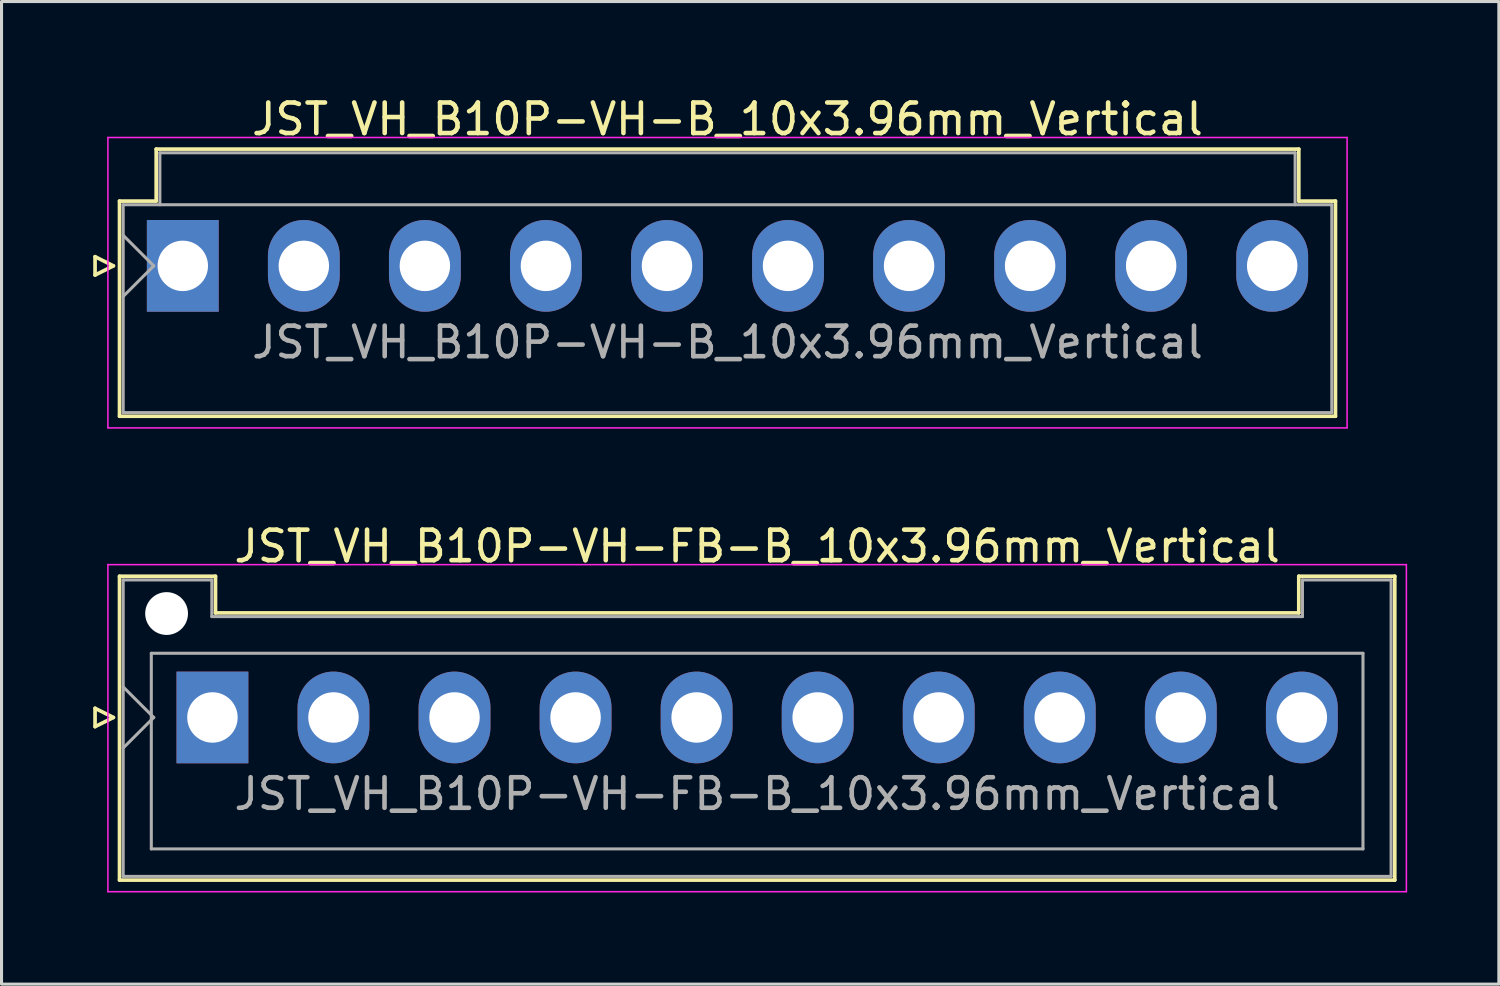
<source format=kicad_pcb>
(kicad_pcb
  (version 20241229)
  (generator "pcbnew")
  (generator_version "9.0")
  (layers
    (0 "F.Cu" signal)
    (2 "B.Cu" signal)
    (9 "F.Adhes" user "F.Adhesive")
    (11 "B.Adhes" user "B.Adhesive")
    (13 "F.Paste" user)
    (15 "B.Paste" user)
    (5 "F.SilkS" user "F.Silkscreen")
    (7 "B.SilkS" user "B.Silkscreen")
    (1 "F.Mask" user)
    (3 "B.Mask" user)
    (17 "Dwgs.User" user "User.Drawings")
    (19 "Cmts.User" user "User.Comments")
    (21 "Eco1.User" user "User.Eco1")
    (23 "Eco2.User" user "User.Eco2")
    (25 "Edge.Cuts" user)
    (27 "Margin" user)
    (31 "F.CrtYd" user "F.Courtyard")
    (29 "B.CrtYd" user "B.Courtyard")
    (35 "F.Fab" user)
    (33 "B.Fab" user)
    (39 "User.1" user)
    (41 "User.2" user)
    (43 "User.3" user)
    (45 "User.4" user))
  (footprint "JST_VH_B10P-VH-FB-B_10x3.96mm_Vertical"
    (layer "F.Cu")
    (at 3.9 20.422)
    (property "Reference" "JST_VH_B10P-VH-FB-B_10x3.96mm_Vertical" (at 17.82 -5.6 0) (layer "F.SilkS") (effects (font (size 1 1) (thickness 0.15))))
    (attr through_hole)
    (fp_line (start -3.84 -0.3) (end -3.24 0) (stroke (width 0.12) (type solid)) (layer "F.SilkS"))
    (fp_line (start -3.84 0.3) (end -3.84 -0.3) (stroke (width 0.12) (type solid)) (layer "F.SilkS"))
    (fp_line (start -3.24 0) (end -3.84 0.3) (stroke (width 0.12) (type solid)) (layer "F.SilkS"))
    (fp_line (start -3.04 -4.62) (end 0.1 -4.62) (stroke (width 0.12) (type solid)) (layer "F.SilkS"))
    (fp_line (start -3.04 5.32) (end -3.04 -4.62) (stroke (width 0.12) (type solid)) (layer "F.SilkS"))
    (fp_line (start 0.1 -4.62) (end 0.1 -3.42) (stroke (width 0.12) (type solid)) (layer "F.SilkS"))
    (fp_line (start 0.1 -3.42) (end 35.54 -3.42) (stroke (width 0.12) (type solid)) (layer "F.SilkS"))
    (fp_line (start 35.54 -4.62) (end 38.68 -4.62) (stroke (width 0.12) (type solid)) (layer "F.SilkS"))
    (fp_line (start 35.54 -3.42) (end 35.54 -4.62) (stroke (width 0.12) (type solid)) (layer "F.SilkS"))
    (fp_line (start 38.68 -4.62) (end 38.68 5.32) (stroke (width 0.12) (type solid)) (layer "F.SilkS"))
    (fp_line (start 38.68 5.32) (end -3.04 5.32) (stroke (width 0.12) (type solid)) (layer "F.SilkS"))
    (fp_line (start -3.42 -5) (end -3.42 5.7) (stroke (width 0.05) (type solid)) (layer "F.CrtYd"))
    (fp_line (start -3.42 5.7) (end 39.06 5.7) (stroke (width 0.05) (type solid)) (layer "F.CrtYd"))
    (fp_line (start 39.06 -5) (end -3.42 -5) (stroke (width 0.05) (type solid)) (layer "F.CrtYd"))
    (fp_line (start 39.06 5.7) (end 39.06 -5) (stroke (width 0.05) (type solid)) (layer "F.CrtYd"))
    (fp_line (start -2.92 -4.5) (end -0.02 -4.5) (stroke (width 0.1) (type solid)) (layer "F.Fab"))
    (fp_line (start -2.92 -1) (end -1.92 0) (stroke (width 0.1) (type solid)) (layer "F.Fab"))
    (fp_line (start -2.92 1) (end -1.92 0) (stroke (width 0.1) (type solid)) (layer "F.Fab"))
    (fp_line (start -2.92 5.2) (end -2.92 -4.5) (stroke (width 0.1) (type solid)) (layer "F.Fab"))
    (fp_line (start -2 -2.1) (end 37.64 -2.1) (stroke (width 0.1) (type solid)) (layer "F.Fab"))
    (fp_line (start -2 4.3) (end -2 -2.1) (stroke (width 0.1) (type solid)) (layer "F.Fab"))
    (fp_line (start -0.02 -4.5) (end -0.02 -3.3) (stroke (width 0.1) (type solid)) (layer "F.Fab"))
    (fp_line (start -0.02 -3.3) (end 35.66 -3.3) (stroke (width 0.1) (type solid)) (layer "F.Fab"))
    (fp_line (start 35.66 -4.5) (end 38.56 -4.5) (stroke (width 0.1) (type solid)) (layer "F.Fab"))
    (fp_line (start 35.66 -3.3) (end 35.66 -4.5) (stroke (width 0.1) (type solid)) (layer "F.Fab"))
    (fp_line (start 37.64 -2.1) (end 37.64 4.3) (stroke (width 0.1) (type solid)) (layer "F.Fab"))
    (fp_line (start 37.64 4.3) (end -2 4.3) (stroke (width 0.1) (type solid)) (layer "F.Fab"))
    (fp_line (start 38.56 -4.5) (end 38.56 5.2) (stroke (width 0.1) (type solid)) (layer "F.Fab"))
    (fp_line (start 38.56 5.2) (end -2.92 5.2) (stroke (width 0.1) (type solid)) (layer "F.Fab"))
    (fp_text user "${REFERENCE}" (at 17.82 2.5 0) (layer "F.Fab") (effects (font (size 1 1) (thickness 0.15))))
    (pad "" np_thru_hole circle (at -1.5 -3.4) (size 1.4 1.4) (drill 1.4) (layers "*.Cu" "*.Mask"))
    (pad "1" thru_hole rect (at 0 0) (size 2.35 3) (drill 1.65) (layers "*.Cu" "*.Mask"))
    (pad "2" thru_hole oval (at 3.96 0) (size 2.35 3) (drill 1.65) (layers "*.Cu" "*.Mask"))
    (pad "3" thru_hole oval (at 7.92 0) (size 2.35 3) (drill 1.65) (layers "*.Cu" "*.Mask"))
    (pad "4" thru_hole oval (at 11.88 0) (size 2.35 3) (drill 1.65) (layers "*.Cu" "*.Mask"))
    (pad "5" thru_hole oval (at 15.84 0) (size 2.35 3) (drill 1.65) (layers "*.Cu" "*.Mask"))
    (pad "6" thru_hole oval (at 19.8 0) (size 2.35 3) (drill 1.65) (layers "*.Cu" "*.Mask"))
    (pad "7" thru_hole oval (at 23.76 0) (size 2.35 3) (drill 1.65) (layers "*.Cu" "*.Mask"))
    (pad "8" thru_hole oval (at 27.72 0) (size 2.35 3) (drill 1.65) (layers "*.Cu" "*.Mask"))
    (pad "9" thru_hole oval (at 31.68 0) (size 2.35 3) (drill 1.65) (layers "*.Cu" "*.Mask"))
    (pad "10" thru_hole oval (at 35.64 0) (size 2.35 3) (drill 1.65) (layers "*.Cu" "*.Mask")))
  (footprint "JST_VH_B10P-VH-B_10x3.96mm_Vertical"
    (layer "F.Cu")
    (at 2.93 5.648)
    (property "Reference" "JST_VH_B10P-VH-B_10x3.96mm_Vertical" (at 17.82 -4.8 0) (layer "F.SilkS") (effects (font (size 1 1) (thickness 0.15))))
    (attr through_hole)
    (fp_line (start -2.87 -0.3) (end -2.27 0) (stroke (width 0.12) (type solid)) (layer "F.SilkS"))
    (fp_line (start -2.87 0.3) (end -2.87 -0.3) (stroke (width 0.12) (type solid)) (layer "F.SilkS"))
    (fp_line (start -2.27 0) (end -2.87 0.3) (stroke (width 0.12) (type solid)) (layer "F.SilkS"))
    (fp_line (start -2.07 -2.12) (end -0.87 -2.12) (stroke (width 0.12) (type solid)) (layer "F.SilkS"))
    (fp_line (start -2.07 4.92) (end -2.07 -2.12) (stroke (width 0.12) (type solid)) (layer "F.SilkS"))
    (fp_line (start -0.87 -3.82) (end 36.51 -3.82) (stroke (width 0.12) (type solid)) (layer "F.SilkS"))
    (fp_line (start -0.87 -2.12) (end -0.87 -3.82) (stroke (width 0.12) (type solid)) (layer "F.SilkS"))
    (fp_line (start 36.51 -3.82) (end 36.51 -2.12) (stroke (width 0.12) (type solid)) (layer "F.SilkS"))
    (fp_line (start 36.51 -2.12) (end 37.71 -2.12) (stroke (width 0.12) (type solid)) (layer "F.SilkS"))
    (fp_line (start 37.71 -2.12) (end 37.71 4.92) (stroke (width 0.12) (type solid)) (layer "F.SilkS"))
    (fp_line (start 37.71 4.92) (end -2.07 4.92) (stroke (width 0.12) (type solid)) (layer "F.SilkS"))
    (fp_line (start -2.45 -4.2) (end -2.45 5.3) (stroke (width 0.05) (type solid)) (layer "F.CrtYd"))
    (fp_line (start -2.45 5.3) (end 38.09 5.3) (stroke (width 0.05) (type solid)) (layer "F.CrtYd"))
    (fp_line (start 38.09 -4.2) (end -2.45 -4.2) (stroke (width 0.05) (type solid)) (layer "F.CrtYd"))
    (fp_line (start 38.09 5.3) (end 38.09 -4.2) (stroke (width 0.05) (type solid)) (layer "F.CrtYd"))
    (fp_line (start -1.95 -2) (end -1.95 4.8) (stroke (width 0.1) (type solid)) (layer "F.Fab"))
    (fp_line (start -1.95 -1) (end -0.95 0) (stroke (width 0.1) (type solid)) (layer "F.Fab"))
    (fp_line (start -1.95 1) (end -0.95 0) (stroke (width 0.1) (type solid)) (layer "F.Fab"))
    (fp_line (start -1.95 4.8) (end 37.59 4.8) (stroke (width 0.1) (type solid)) (layer "F.Fab"))
    (fp_line (start -0.75 -3.7) (end 36.39 -3.7) (stroke (width 0.1) (type solid)) (layer "F.Fab"))
    (fp_line (start -0.75 -2) (end -0.75 -3.7) (stroke (width 0.1) (type solid)) (layer "F.Fab"))
    (fp_line (start 36.39 -3.7) (end 36.39 -2) (stroke (width 0.1) (type solid)) (layer "F.Fab"))
    (fp_line (start 37.59 -2) (end -1.95 -2) (stroke (width 0.1) (type solid)) (layer "F.Fab"))
    (fp_line (start 37.59 4.8) (end 37.59 -2) (stroke (width 0.1) (type solid)) (layer "F.Fab"))
    (fp_text user "${REFERENCE}" (at 17.82 2.5 0) (layer "F.Fab") (effects (font (size 1 1) (thickness 0.15))))
    (pad "1" thru_hole rect (at 0 0) (size 2.35 3) (drill 1.65) (layers "*.Cu" "*.Mask"))
    (pad "2" thru_hole oval (at 3.96 0) (size 2.35 3) (drill 1.65) (layers "*.Cu" "*.Mask"))
    (pad "3" thru_hole oval (at 7.92 0) (size 2.35 3) (drill 1.65) (layers "*.Cu" "*.Mask"))
    (pad "4" thru_hole oval (at 11.88 0) (size 2.35 3) (drill 1.65) (layers "*.Cu" "*.Mask"))
    (pad "5" thru_hole oval (at 15.84 0) (size 2.35 3) (drill 1.65) (layers "*.Cu" "*.Mask"))
    (pad "6" thru_hole oval (at 19.8 0) (size 2.35 3) (drill 1.65) (layers "*.Cu" "*.Mask"))
    (pad "7" thru_hole oval (at 23.76 0) (size 2.35 3) (drill 1.65) (layers "*.Cu" "*.Mask"))
    (pad "8" thru_hole oval (at 27.72 0) (size 2.35 3) (drill 1.65) (layers "*.Cu" "*.Mask"))
    (pad "9" thru_hole oval (at 31.68 0) (size 2.35 3) (drill 1.65) (layers "*.Cu" "*.Mask"))
    (pad "10" thru_hole oval (at 35.64 0) (size 2.35 3) (drill 1.65) (layers "*.Cu" "*.Mask")))
  (gr_rect
    (start -3 -3)
    (end 45.985 29.146)
    (stroke (width 0.1) (type default))
    (fill no)
    (layer "Edge.Cuts")))
</source>
